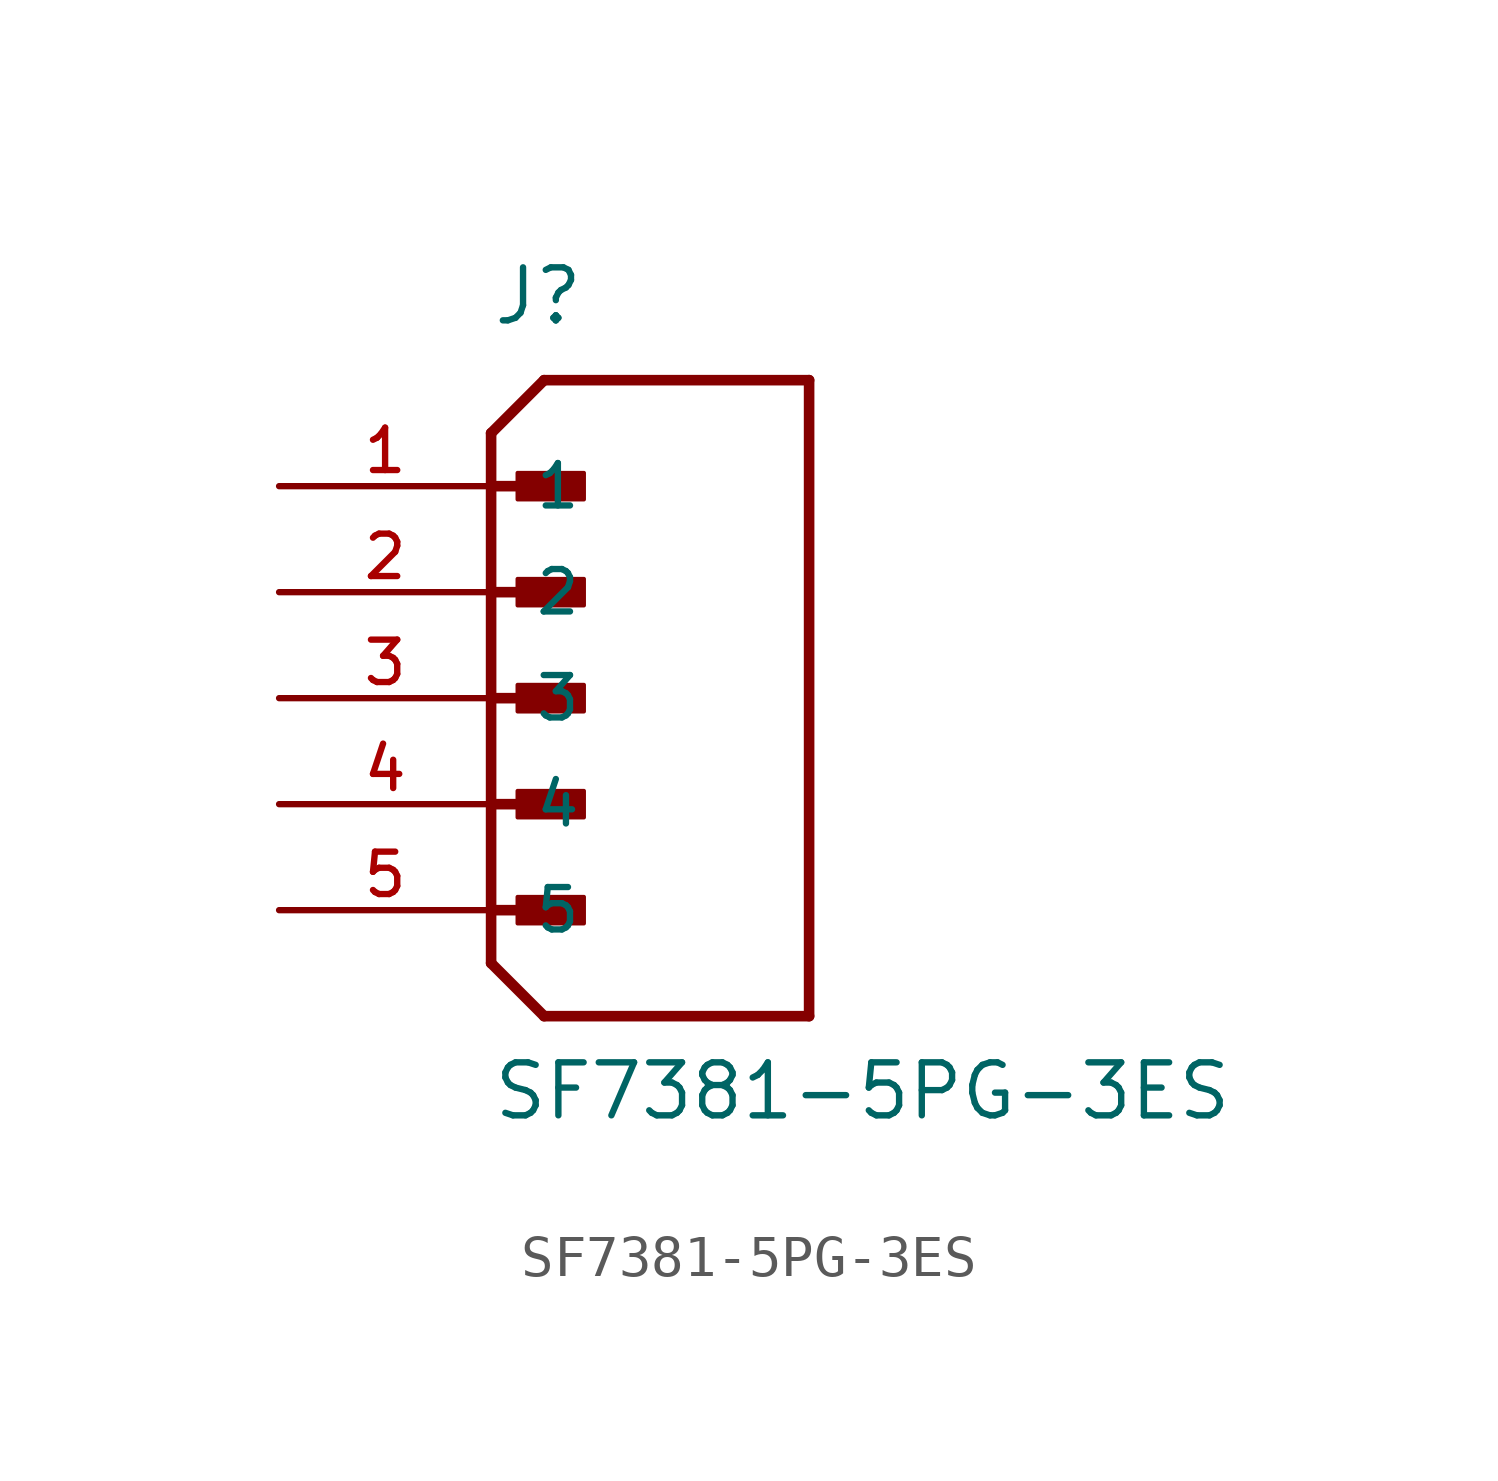
<source format=kicad_sym>
(kicad_symbol_lib
  (version 20211014)
  (generator kicad_symbol_editor)
  (symbol "SF7381-5PG-3ES"
    (pin_names
      (offset 1.016))
    (property "Reference" "J"
      (at 0.0 8.89 0)
      (effects (font (size 1.27 1.27)) (justify bottom left)))
    (property "Value" "SF7381-5PG-3ES"
      (at 0.0 -10.16 0)
      (effects (font (size 1.27 1.27)) (justify bottom left)))
    (symbol "SF7381-5PG-3ES_0_0"
      (polyline (pts (xy 0.0 6.35) (xy 1.27 7.62)) (stroke (width 0.254)))
      (polyline (pts (xy 0.0 6.35) (xy 0.0 5.08)) (stroke (width 0.254)))
      (polyline (pts (xy 0.0 5.08) (xy 0.0 -6.35)) (stroke (width 0.254)))
      (polyline (pts (xy 0.0 -6.35) (xy 1.27 -7.62)) (stroke (width 0.254)))
      (polyline (pts (xy 1.27 -7.62) (xy 7.62 -7.62)) (stroke (width 0.254)))
      (polyline (pts (xy 7.62 -7.62) (xy 7.62 7.62)) (stroke (width 0.254)))
      (polyline (pts (xy 7.62 7.62) (xy 1.27 7.62)) (stroke (width 0.254)))
      (polyline (pts (xy 0.0 5.08) (xy 1.905 5.08)) (stroke (width 0.254)))
      (rectangle (start 0.635 4.763) (end 2.223 5.397) (stroke (width 0.1)) (fill (type outline)))
      (polyline (pts (xy 0.0 2.54) (xy 1.905 2.54)) (stroke (width 0.254)))
      (rectangle (start 0.635 2.223) (end 2.223 2.857) (stroke (width 0.1)) (fill (type outline)))
      (polyline (pts (xy 0.0 0.0) (xy 1.905 0.0)) (stroke (width 0.254)))
      (rectangle (start 0.635 -0.318) (end 2.223 0.318) (stroke (width 0.1)) (fill (type outline)))
      (polyline (pts (xy 0.0 -2.54) (xy 1.905 -2.54)) (stroke (width 0.254)))
      (rectangle (start 0.635 -2.857) (end 2.223 -2.223) (stroke (width 0.1)) (fill (type outline)))
      (polyline (pts (xy 0.0 -5.08) (xy 1.905 -5.08)) (stroke (width 0.254)))
      (rectangle (start 0.635 -5.397) (end 2.223 -4.763) (stroke (width 0.1)) (fill (type outline)))
      (pin passive line (at -5.08 5.08 0) (length 5.08) (name "1" (effects (font (size 1.016 1.016)))) (number "1" (effects (font (size 1.016 1.016)))))
      (pin passive line (at -5.08 2.54 0) (length 5.08) (name "2" (effects (font (size 1.016 1.016)))) (number "2" (effects (font (size 1.016 1.016)))))
      (pin passive line (at -5.08 0.0 0) (length 5.08) (name "3" (effects (font (size 1.016 1.016)))) (number "3" (effects (font (size 1.016 1.016)))))
      (pin passive line (at -5.08 -2.54 0) (length 5.08) (name "4" (effects (font (size 1.016 1.016)))) (number "4" (effects (font (size 1.016 1.016)))))
      (pin passive line (at -5.08 -5.08 0) (length 5.08) (name "5" (effects (font (size 1.016 1.016)))) (number "5" (effects (font (size 1.016 1.016))))))))
</source>
